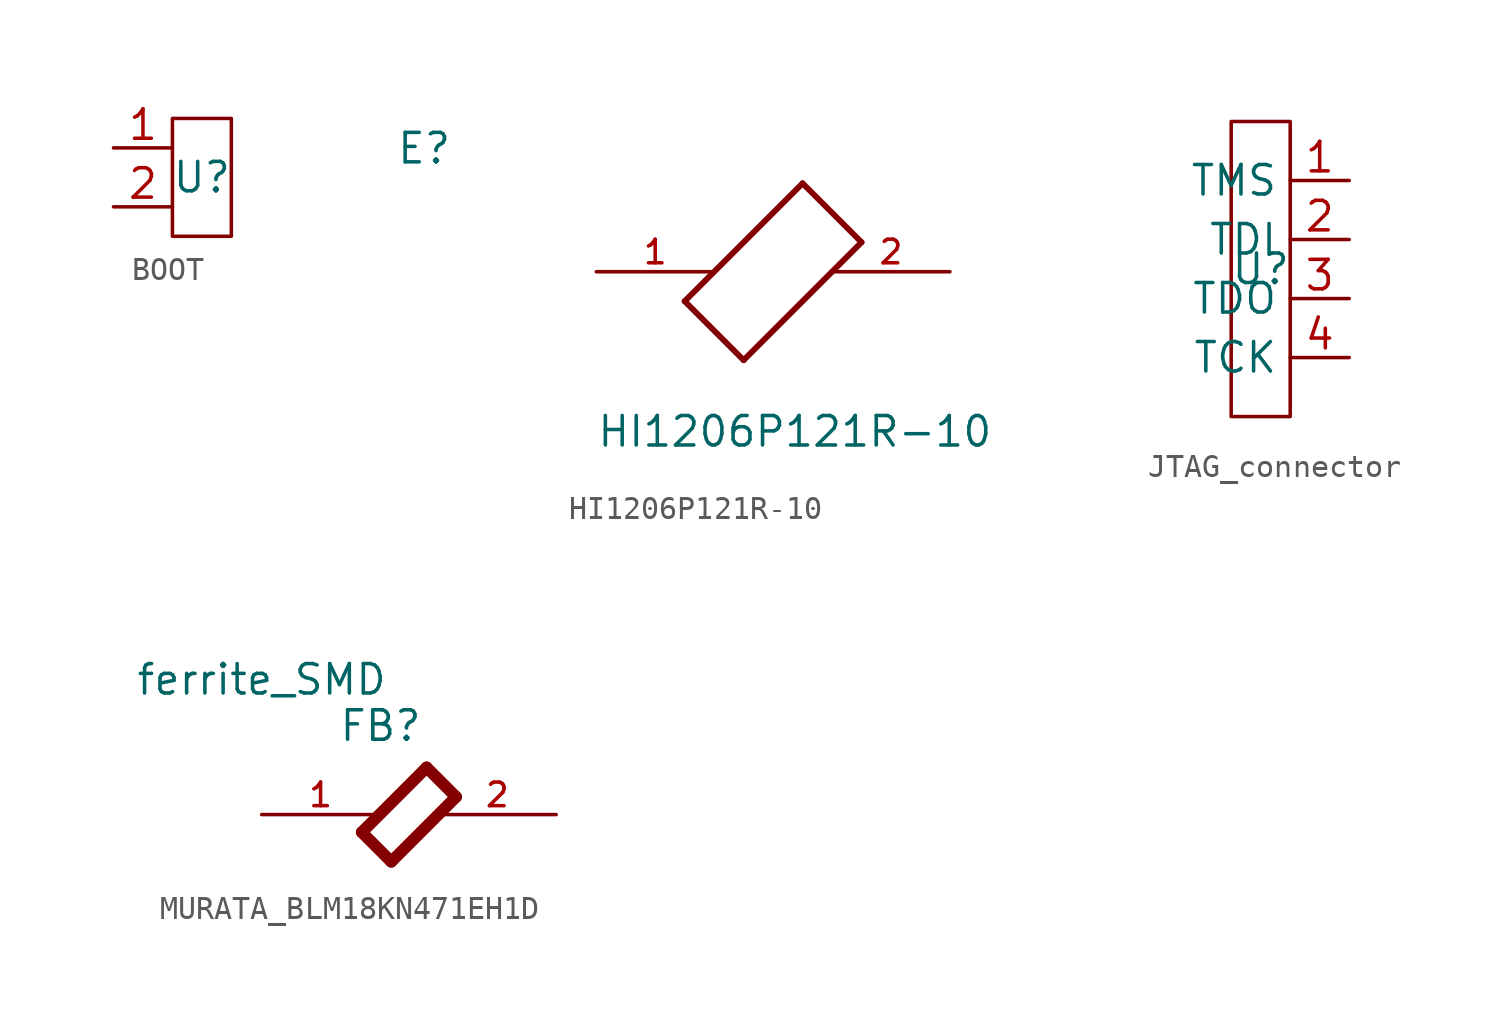
<source format=kicad_sym>
(kicad_symbol_lib
  (version 20241209)
  (generator "kicad_symbol_editor")
  (generator_version "9.0")
  (symbol "BOOT"
    (property "Reference" "U"
      (at 0 0 0)
      (effects (font (size 1.27 1.27))))
    (property "Value" ""
      (at 0 0 0)
      (effects (font (size 1.27 1.27))))
    (symbol "BOOT_0_1"
      (rectangle (start -1.27 2.54) (end 1.27 -2.54) (stroke (width 0) (type default)) (fill (type none))))
    (symbol "BOOT_1_1"
      (pin power_in line (at -3.81 1.27 0) (length 2.54) (name "" (effects (font (size 1.27 1.27)))) (number "1" (effects (font (size 1.27 1.27)))))
      (pin output line (at -3.81 -1.27 0) (length 2.54) (name "" (effects (font (size 1.27 1.27)))) (number "2" (effects (font (size 1.27 1.27)))))))
  (symbol "HI1206P121R-10"
    (pin_names
      (offset 1.016))
    (property "Reference" "E"
      (at -16.256 4.572 0)
      (effects (font (size 1.27 1.27)) (justify left bottom)))
    (property "Value" "HI1206P121R-10"
      (at -7.63 -7.627 0)
      (effects (font (size 1.27 1.27)) (justify left bottom)))
    (symbol "HI1206P121R-10_0_0"
      (polyline (pts (xy -3.81 -1.27) (xy -1.27 -3.81)) (stroke (width 0.254) (type default)) (fill (type none)))
      (polyline (pts (xy -1.27 -3.81) (xy 3.81 1.27)) (stroke (width 0.254) (type default)) (fill (type none)))
      (polyline (pts (xy 1.27 3.81) (xy -3.81 -1.27)) (stroke (width 0.254) (type default)) (fill (type none)))
      (polyline (pts (xy 3.81 1.27) (xy 1.27 3.81)) (stroke (width 0.254) (type default)) (fill (type none)))
      (pin passive line (at -7.62 0 0) (length 5.08) (name "~" (effects (font (size 1.016 1.016)))) (number "1" (effects (font (size 1.016 1.016)))))
      (pin passive line (at 7.62 0 180) (length 5.08) (name "~" (effects (font (size 1.016 1.016)))) (number "2" (effects (font (size 1.016 1.016)))))))
  (symbol "JTAG_connector"
    (property "Reference" "U"
      (at 0 0 0)
      (effects (font (size 1.27 1.27))))
    (property "Value" ""
      (at 0 0 0)
      (effects (font (size 1.27 1.27))))
    (symbol "JTAG_connector_0_1"
      (rectangle (start -1.27 6.35) (end 1.27 -6.35) (stroke (width 0) (type default)) (fill (type none))))
    (symbol "JTAG_connector_1_1"
      (pin input line (at 3.81 3.81 180) (length 2.54) (name "TMS" (effects (font (size 1.27 1.27)))) (number "1" (effects (font (size 1.27 1.27)))))
      (pin input line (at 3.81 1.27 180) (length 2.54) (name "TDI" (effects (font (size 1.27 1.27)))) (number "2" (effects (font (size 1.27 1.27)))))
      (pin output line (at 3.81 -1.27 180) (length 2.54) (name "TDO" (effects (font (size 1.27 1.27)))) (number "3" (effects (font (size 1.27 1.27)))))
      (pin input line (at 3.81 -3.81 180) (length 2.54) (name "TCK" (effects (font (size 1.27 1.27)))) (number "4" (effects (font (size 1.27 1.27)))))))
  (symbol "MURATA_BLM18KN471EH1D"
    (pin_names
      (offset 1.016))
    (property "Reference" "FB"
      (at 3.302 -0.508 0)
      (effects (font (size 1.27 1.27)) (justify left top)))
    (property "Value" "ferrite_SMD"
      (at 0 0 0)
      (effects (font (size 1.27 1.27)) (justify bottom)))
    (symbol "MURATA_BLM18KN471EH1D_0_0"
      (polyline (pts (xy 4.318 -5.842) (xy 7.112 -3.048)) (stroke (width 0.508) (type default)) (fill (type none)))
      (polyline (pts (xy 5.08 -5.08) (xy 5.08 -5.08)) (stroke (width 0.15) (type default)) (fill (type none)))
      (polyline (pts (xy 5.588 -7.112) (xy 4.318 -5.842)) (stroke (width 0.508) (type default)) (fill (type none)))
      (polyline (pts (xy 5.588 -7.112) (xy 8.382 -4.318)) (stroke (width 0.508) (type default)) (fill (type none)))
      (polyline (pts (xy 7.112 -3.048) (xy 8.382 -4.318)) (stroke (width 0.508) (type default)) (fill (type none)))
      (polyline (pts (xy 7.62 -5.08) (xy 7.62 -5.08)) (stroke (width 0.15) (type default)) (fill (type none)))
      (pin passive line (at 0 -5.08 0) (length 5.08) (name "~" (effects (font (size 1.016 1.016)))) (number "1" (effects (font (size 1.016 1.016)))))
      (pin passive line (at 12.7 -5.08 180) (length 5.08) (name "~" (effects (font (size 1.016 1.016)))) (number "2" (effects (font (size 1.016 1.016))))))))
</source>
